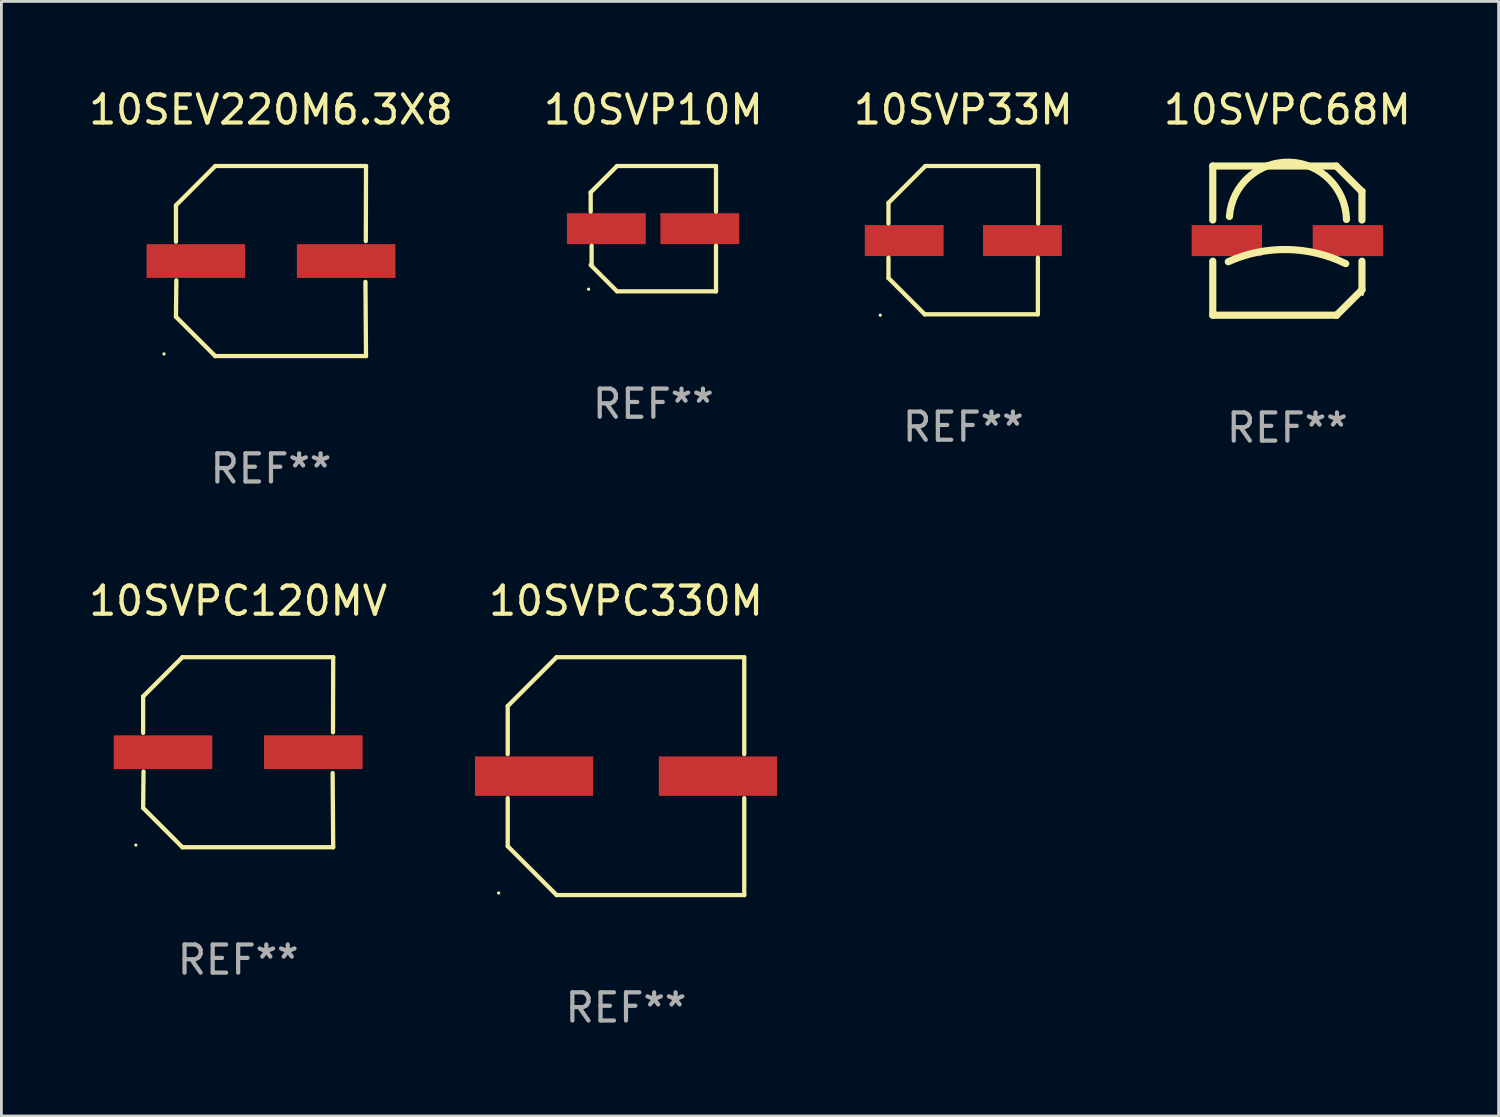
<source format=kicad_pcb>
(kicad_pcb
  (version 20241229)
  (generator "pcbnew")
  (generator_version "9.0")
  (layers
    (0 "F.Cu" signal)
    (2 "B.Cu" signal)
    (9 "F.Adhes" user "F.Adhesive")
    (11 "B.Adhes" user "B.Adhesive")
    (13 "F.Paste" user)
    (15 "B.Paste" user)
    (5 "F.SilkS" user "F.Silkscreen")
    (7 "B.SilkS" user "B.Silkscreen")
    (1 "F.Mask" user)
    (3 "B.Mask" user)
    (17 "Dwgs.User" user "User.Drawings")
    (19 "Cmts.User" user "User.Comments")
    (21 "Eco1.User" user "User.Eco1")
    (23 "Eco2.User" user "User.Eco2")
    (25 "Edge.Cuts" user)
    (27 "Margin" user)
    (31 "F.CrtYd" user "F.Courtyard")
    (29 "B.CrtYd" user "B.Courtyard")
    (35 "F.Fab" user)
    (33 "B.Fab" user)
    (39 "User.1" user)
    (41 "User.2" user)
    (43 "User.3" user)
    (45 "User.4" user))
  (footprint "10SVPC120MV"
    (layer "F.Cu")
    (at 5.411 23.673)
    (property "Reference" "10SVPC120MV" (at 0 -5.376 0) (layer "F.SilkS") (effects (font (size 1 1) (thickness 0.15))))
    (attr through_hole)
    (fp_line (start -3.376 -1.98) (end -3.376 -0.686) (stroke (width 0.152) (type solid)) (layer "F.SilkS"))
    (fp_line (start -3.376 1.981) (end -3.362 0.686) (stroke (width 0.152) (type solid)) (layer "F.SilkS"))
    (fp_line (start -1.981 3.376) (end -3.376 1.981) (stroke (width 0.152) (type solid)) (layer "F.SilkS"))
    (fp_line (start -1.98 -3.376) (end -3.376 -1.98) (stroke (width 0.152) (type solid)) (layer "F.SilkS"))
    (fp_line (start 3.356 0.74) (end 3.376 3.376) (stroke (width 0.152) (type solid)) (layer "F.SilkS"))
    (fp_line (start 3.369 -0.707) (end 3.376 -3.376) (stroke (width 0.152) (type solid)) (layer "F.SilkS"))
    (fp_line (start 3.376 3.376) (end -1.981 3.376) (stroke (width 0.152) (type solid)) (layer "F.SilkS"))
    (fp_line (start 3.376 -3.376) (end -1.98 -3.376) (stroke (width 0.152) (type solid)) (layer "F.SilkS"))
    (fp_circle (center -3.634 3.3) (end -3.604 3.3) (stroke (width 0.06) (type solid)) (fill no) (layer "F.SilkS"))
    (fp_text user "REF**" (at 0 7.376 0) (layer "F.Fab") (effects (font (size 1 1) (thickness 0.15))))
    (pad "1" smd rect (at -2.67 0.000254) (size 3.5 1.2) (layers "F.Cu" "F.Mask" "F.Paste"))
    (pad "2" smd rect (at 2.67 0.000254) (size 3.5 1.2) (layers "F.Cu" "F.Mask" "F.Paste")))
  (footprint "10SVP10M"
    (layer "F.Cu")
    (at 20.161 5.074)
    (property "Reference" "10SVP10M" (at 0 -4.226 0) (layer "F.SilkS") (effects (font (size 1 1) (thickness 0.15))))
    (attr through_hole)
    (fp_line (start -2.226 -1.29) (end -2.226 -0.607) (stroke (width 0.152) (type solid)) (layer "F.SilkS"))
    (fp_line (start -2.193 1.29) (end -2.193 0.607) (stroke (width 0.152) (type solid)) (layer "F.SilkS"))
    (fp_line (start -1.29 2.226) (end -2.226 1.29) (stroke (width 0.152) (type solid)) (layer "F.SilkS"))
    (fp_line (start -1.29 -2.226) (end -2.226 -1.29) (stroke (width 0.152) (type solid)) (layer "F.SilkS"))
    (fp_line (start 2.226 -2.226) (end -1.29 -2.226) (stroke (width 0.152) (type solid)) (layer "F.SilkS"))
    (fp_line (start 2.226 -0.607) (end 2.226 -2.226) (stroke (width 0.152) (type solid)) (layer "F.SilkS"))
    (fp_line (start 2.226 0.607) (end 2.226 2.226) (stroke (width 0.152) (type solid)) (layer "F.SilkS"))
    (fp_line (start 2.226 2.226) (end -1.29 2.226) (stroke (width 0.152) (type solid)) (layer "F.SilkS"))
    (fp_circle (center -2.3 2.15) (end -2.27 2.15) (stroke (width 0.06) (type solid)) (fill no) (layer "F.SilkS"))
    (fp_text user "REF**" (at 0 6.226 0) (layer "F.Fab") (effects (font (size 1 1) (thickness 0.15))))
    (pad "1" smd rect (at -1.67 -0.000025) (size 2.8 1.1) (layers "F.Cu" "F.Mask" "F.Paste"))
    (pad "2" smd rect (at 1.651 -0.000025) (size 2.8 1.1) (layers "F.Cu" "F.Mask" "F.Paste")))
  (footprint "10SVPC68M"
    (layer "F.Cu")
    (at 42.685 5.498)
    (property "Reference" "10SVPC68M" (at 0 -4.65 0) (layer "F.SilkS") (effects (font (size 1 1) (thickness 0.15))))
    (attr through_hole)
    (fp_line (start -2.65 -2.65) (end 1.74 -2.65) (stroke (width 0.254) (type solid)) (layer "F.SilkS"))
    (fp_line (start -2.65 -0.731) (end -2.65 -2.65) (stroke (width 0.254) (type solid)) (layer "F.SilkS"))
    (fp_line (start -2.65 2.65) (end -2.65 0.731) (stroke (width 0.254) (type solid)) (layer "F.SilkS"))
    (fp_line (start -2.65 2.65) (end 1.73 2.65) (stroke (width 0.254) (type solid)) (layer "F.SilkS"))
    (fp_line (start 1.73 2.65) (end 1.75 2.65) (stroke (width 0.254) (type solid)) (layer "F.SilkS"))
    (fp_line (start 1.75 2.65) (end 2.65 1.75) (stroke (width 0.254) (type solid)) (layer "F.SilkS"))
    (fp_line (start 2.64 -1.75) (end 1.74 -2.65) (stroke (width 0.254) (type solid)) (layer "F.SilkS"))
    (fp_line (start 2.65 -1.75) (end 2.64 -1.75) (stroke (width 0.254) (type solid)) (layer "F.SilkS"))
    (fp_line (start 2.65 -0.731) (end 2.65 -1.75) (stroke (width 0.254) (type solid)) (layer "F.SilkS"))
    (fp_line (start 2.65 1.75) (end 2.65 0.731) (stroke (width 0.254) (type solid)) (layer "F.SilkS"))
    (fp_arc (start -2.1 0.749886) (mid -0.005214 0.316693) (end 2.074168 0.818644) (stroke (width 0.254001) (type solid)) (layer "F.SilkS"))
    (fp_arc (start -2.058369 -0.857759) (mid 0.072137 -2.78601) (end 2.1 -0.750089) (stroke (width 0.254001) (type solid)) (layer "F.SilkS"))
    (fp_circle (center 2.667 1.905) (end 2.697 1.905) (stroke (width 0.06) (type solid)) (fill no) (layer "F.SilkS"))
    (fp_text user "REF**" (at 0 6.65 0) (layer "F.Fab") (effects (font (size 1 1) (thickness 0.15))))
    (pad "1" smd rect (at 2.15 0) (size 2.5 1.1) (layers "F.Cu" "F.Mask" "F.Paste"))
    (pad "2" smd rect (at -2.15 0) (size 2.5 1.1) (layers "F.Cu" "F.Mask" "F.Paste")))
  (footprint "10SVPC330M"
    (layer "F.Cu")
    (at 19.189 24.523)
    (property "Reference" "10SVPC330M" (at 0 -6.226 0) (layer "F.SilkS") (effects (font (size 1 1) (thickness 0.15))))
    (attr through_hole)
    (fp_line (start -4.201 -2.49) (end -4.201 -0.782) (stroke (width 0.152) (type solid)) (layer "F.SilkS"))
    (fp_line (start -4.201 2.49) (end -4.201 0.782) (stroke (width 0.152) (type solid)) (layer "F.SilkS"))
    (fp_line (start -2.465 -4.226) (end -4.201 -2.49) (stroke (width 0.152) (type solid)) (layer "F.SilkS"))
    (fp_line (start -2.465 4.226) (end -4.201 2.49) (stroke (width 0.152) (type solid)) (layer "F.SilkS"))
    (fp_line (start 4.201 -4.226) (end -2.465 -4.226) (stroke (width 0.152) (type solid)) (layer "F.SilkS"))
    (fp_line (start 4.201 -0.782) (end 4.201 -4.226) (stroke (width 0.152) (type solid)) (layer "F.SilkS"))
    (fp_line (start 4.201 0.782) (end 4.201 4.226) (stroke (width 0.152) (type solid)) (layer "F.SilkS"))
    (fp_line (start 4.201 4.226) (end -2.465 4.226) (stroke (width 0.152) (type solid)) (layer "F.SilkS"))
    (fp_circle (center -4.524 4.15) (end -4.494 4.15) (stroke (width 0.06) (type solid)) (fill no) (layer "F.SilkS"))
    (fp_text user "REF**" (at 0 8.226 0) (layer "F.Fab") (effects (font (size 1 1) (thickness 0.15))))
    (pad "1" smd rect (at -3.267 0) (size 4.2 1.4) (layers "F.Cu" "F.Mask" "F.Paste"))
    (pad "2" smd rect (at 3.267 0) (size 4.2 1.4) (layers "F.Cu" "F.Mask" "F.Paste")))
  (footprint "10SEV220M6.3X8"
    (layer "F.Cu")
    (at 6.577 6.224)
    (property "Reference" "10SEV220M6.3X8" (at 0 -5.376 0) (layer "F.SilkS") (effects (font (size 1 1) (thickness 0.15))))
    (attr through_hole)
    (fp_line (start -3.376 -1.98) (end -3.376 -0.686) (stroke (width 0.152) (type solid)) (layer "F.SilkS"))
    (fp_line (start -3.376 1.981) (end -3.362 0.686) (stroke (width 0.152) (type solid)) (layer "F.SilkS"))
    (fp_line (start -1.981 3.376) (end -3.376 1.981) (stroke (width 0.152) (type solid)) (layer "F.SilkS"))
    (fp_line (start -1.98 -3.376) (end -3.376 -1.98) (stroke (width 0.152) (type solid)) (layer "F.SilkS"))
    (fp_line (start 3.356 0.74) (end 3.376 3.376) (stroke (width 0.152) (type solid)) (layer "F.SilkS"))
    (fp_line (start 3.369 -0.707) (end 3.376 -3.376) (stroke (width 0.152) (type solid)) (layer "F.SilkS"))
    (fp_line (start 3.376 3.376) (end -1.981 3.376) (stroke (width 0.152) (type solid)) (layer "F.SilkS"))
    (fp_line (start 3.376 -3.376) (end -1.98 -3.376) (stroke (width 0.152) (type solid)) (layer "F.SilkS"))
    (fp_circle (center -3.8 3.3) (end -3.77 3.3) (stroke (width 0.06) (type solid)) (fill no) (layer "F.SilkS"))
    (fp_text user "REF**" (at 0 7.376 0) (layer "F.Fab") (effects (font (size 1 1) (thickness 0.15))))
    (pad "1" smd rect (at -2.67 0.000203) (size 3.5 1.2) (layers "F.Cu" "F.Mask" "F.Paste"))
    (pad "2" smd rect (at 2.67 0.000203) (size 3.5 1.2) (layers "F.Cu" "F.Mask" "F.Paste")))
  (footprint "10SVP33M"
    (layer "F.Cu")
    (at 31.173 5.482)
    (property "Reference" "10SVP33M" (at 0 -4.634 0) (layer "F.SilkS") (effects (font (size 1 1) (thickness 0.15))))
    (attr through_hole)
    (fp_line (start -2.659 -1.326) (end -2.659 -0.592) (stroke (width 0.152) (type solid)) (layer "F.SilkS"))
    (fp_line (start -2.659 1.346) (end -2.659 0.622) (stroke (width 0.152) (type solid)) (layer "F.SilkS"))
    (fp_line (start -1.372 2.634) (end -2.659 1.346) (stroke (width 0.152) (type solid)) (layer "F.SilkS"))
    (fp_line (start -1.349 -2.634) (end -2.659 -1.326) (stroke (width 0.152) (type solid)) (layer "F.SilkS"))
    (fp_line (start 2.649 0.622) (end 2.649 2.634) (stroke (width 0.152) (type solid)) (layer "F.SilkS"))
    (fp_line (start 2.649 2.634) (end -1.372 2.634) (stroke (width 0.152) (type solid)) (layer "F.SilkS"))
    (fp_line (start 2.659 -2.634) (end -1.349 -2.634) (stroke (width 0.152) (type solid)) (layer "F.SilkS"))
    (fp_line (start 2.659 -0.592) (end 2.659 -2.634) (stroke (width 0.152) (type solid)) (layer "F.SilkS"))
    (fp_circle (center -2.95 2.665) (end -2.92 2.665) (stroke (width 0.06) (type solid)) (fill no) (layer "F.SilkS"))
    (fp_text user "REF**" (at 0 6.634 0) (layer "F.Fab") (effects (font (size 1 1) (thickness 0.15))))
    (pad "1" smd rect (at -2.1 0.015) (size 2.8 1.1) (layers "F.Cu" "F.Mask" "F.Paste"))
    (pad "2" smd rect (at 2.1 0.015) (size 2.8 1.1) (layers "F.Cu" "F.Mask" "F.Paste")))
  (gr_rect
    (start -3 -3)
    (end 50.19 36.597)
    (stroke (width 0.1) (type default))
    (fill no)
    (layer "Edge.Cuts")))
</source>
